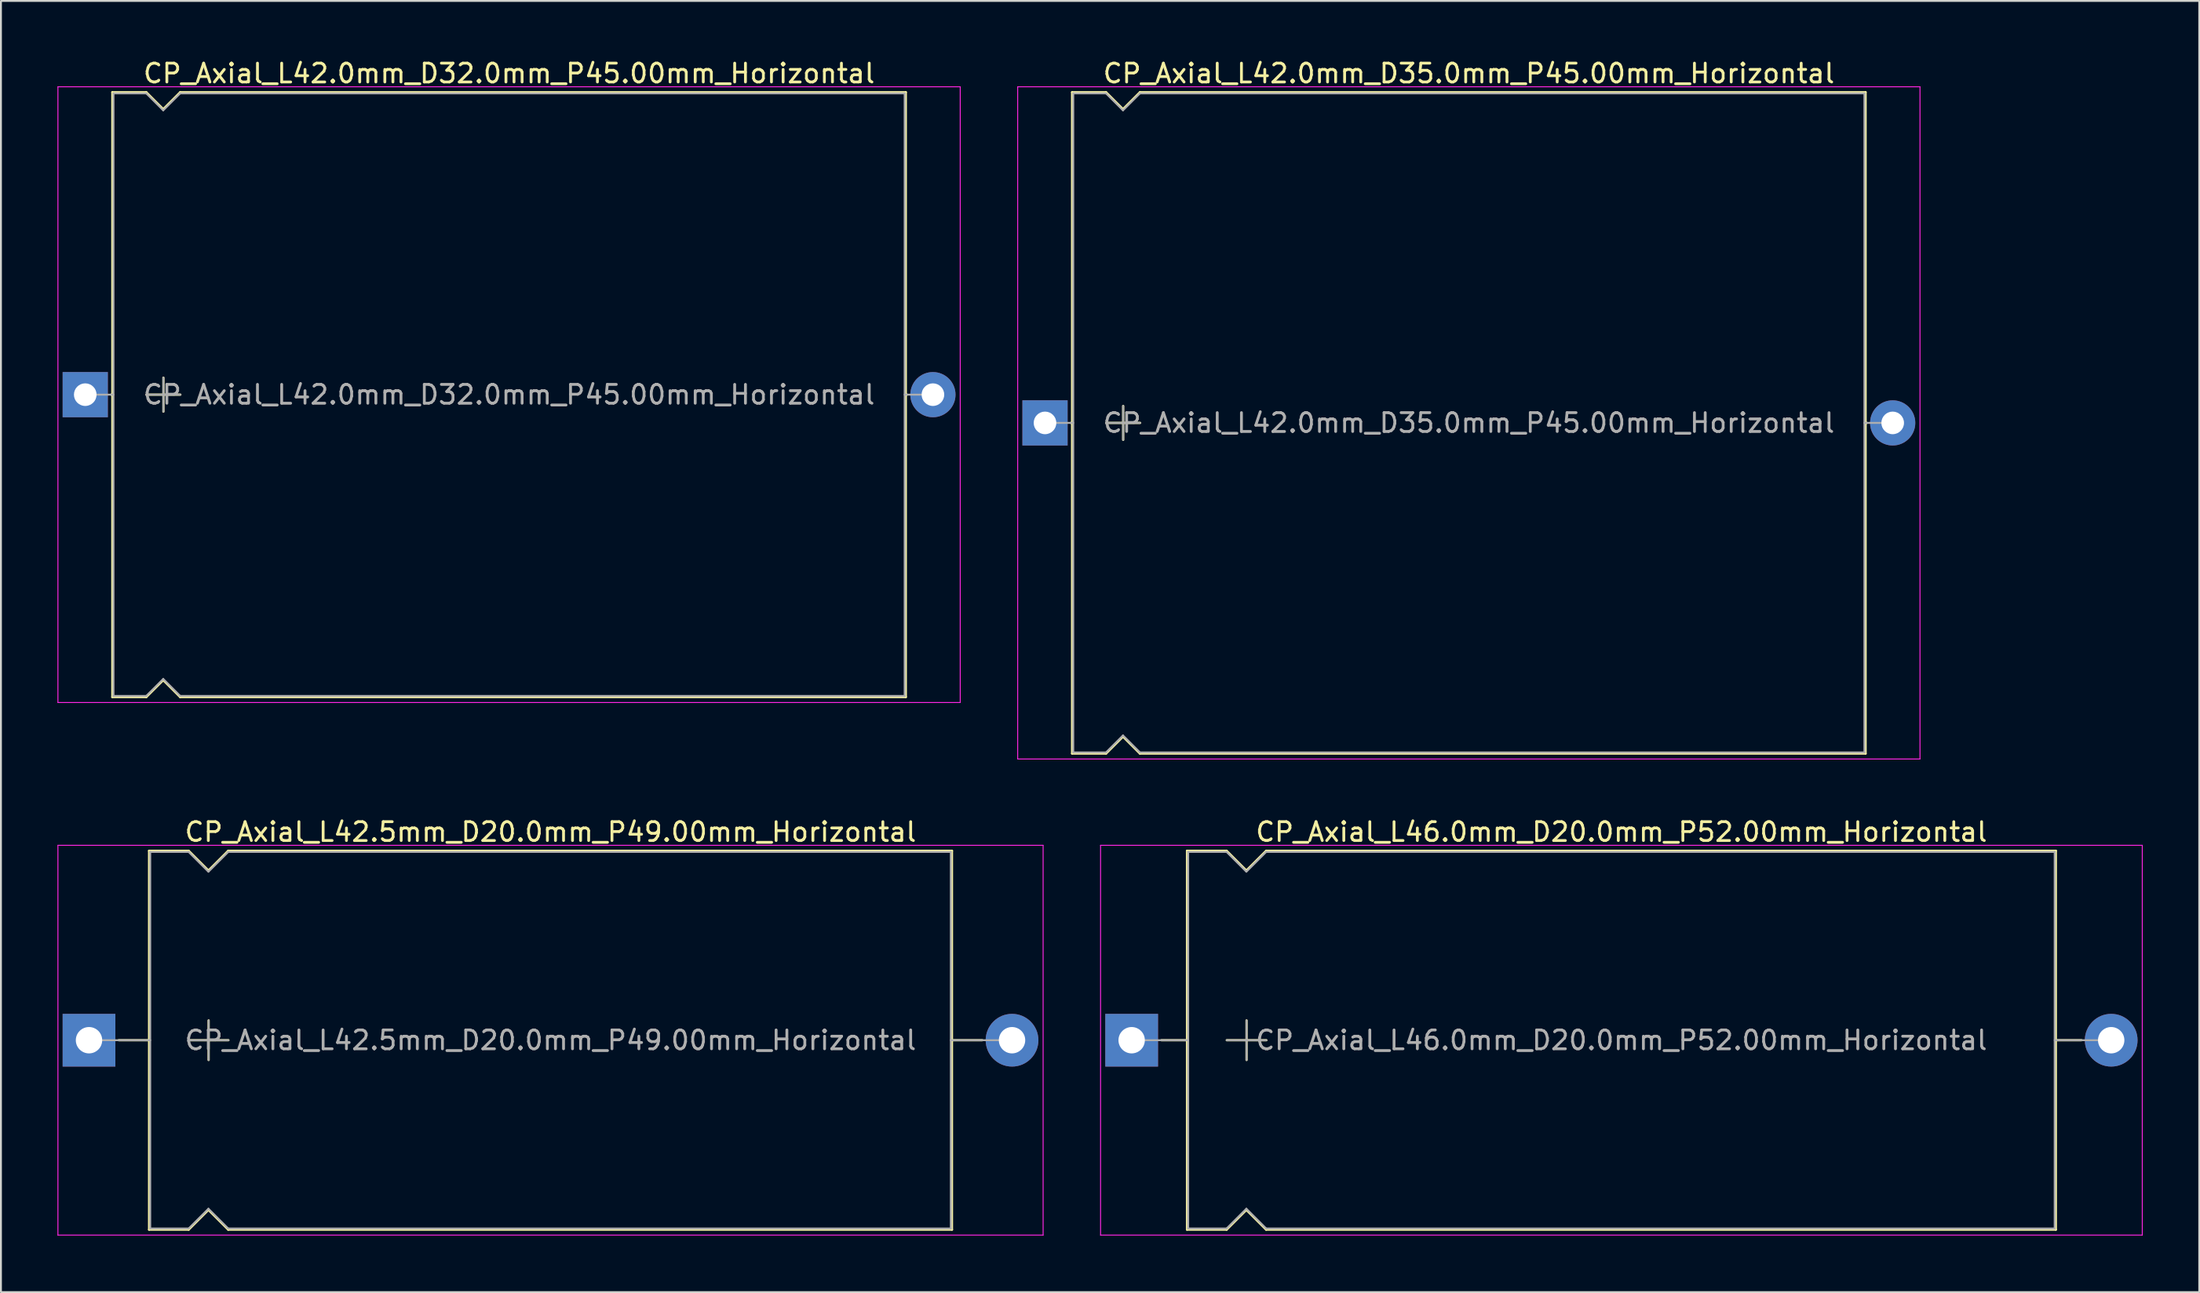
<source format=kicad_pcb>
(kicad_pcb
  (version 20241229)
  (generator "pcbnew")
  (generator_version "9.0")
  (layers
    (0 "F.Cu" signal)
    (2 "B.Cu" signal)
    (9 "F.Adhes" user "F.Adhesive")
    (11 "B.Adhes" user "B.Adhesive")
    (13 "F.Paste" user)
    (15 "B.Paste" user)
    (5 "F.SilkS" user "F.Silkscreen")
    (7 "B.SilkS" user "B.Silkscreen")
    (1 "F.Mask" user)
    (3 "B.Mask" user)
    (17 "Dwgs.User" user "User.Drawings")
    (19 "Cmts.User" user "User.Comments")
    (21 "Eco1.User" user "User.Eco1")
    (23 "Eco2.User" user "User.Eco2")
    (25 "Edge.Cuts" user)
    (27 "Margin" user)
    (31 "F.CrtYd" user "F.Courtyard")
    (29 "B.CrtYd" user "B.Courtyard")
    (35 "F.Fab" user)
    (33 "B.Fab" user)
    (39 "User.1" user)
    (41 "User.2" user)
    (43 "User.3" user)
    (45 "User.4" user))
  (footprint "CP_Axial_L42.5mm_D20.0mm_P49.00mm_Horizontal"
    (layer "F.Cu")
    (at 1.675 52.191)
    (property "Reference" "CP_Axial_L42.5mm_D20.0mm_P49.00mm_Horizontal" (at 24.5 -11.06 0) (layer "F.SilkS") (effects (font (size 1 1) (thickness 0.15))))
    (attr through_hole)
    (fp_line (start 1.58 0) (end 3.19 0) (stroke (width 0.12) (type solid)) (layer "F.SilkS"))
    (fp_line (start 3.19 -10.06) (end 3.19 10.06) (stroke (width 0.12) (type solid)) (layer "F.SilkS"))
    (fp_line (start 3.19 -10.06) (end 5.29 -10.06) (stroke (width 0.12) (type solid)) (layer "F.SilkS"))
    (fp_line (start 3.19 10.06) (end 5.29 10.06) (stroke (width 0.12) (type solid)) (layer "F.SilkS"))
    (fp_line (start 5.29 -10.06) (end 6.34 -9.01) (stroke (width 0.12) (type solid)) (layer "F.SilkS"))
    (fp_line (start 5.29 10.06) (end 6.34 9.01) (stroke (width 0.12) (type solid)) (layer "F.SilkS"))
    (fp_line (start 5.3 0) (end 7.4 0) (stroke (width 0.12) (type solid)) (layer "F.SilkS"))
    (fp_line (start 6.34 -9.01) (end 7.39 -10.06) (stroke (width 0.12) (type solid)) (layer "F.SilkS"))
    (fp_line (start 6.34 9.01) (end 7.39 10.06) (stroke (width 0.12) (type solid)) (layer "F.SilkS"))
    (fp_line (start 6.35 -1.05) (end 6.35 1.05) (stroke (width 0.12) (type solid)) (layer "F.SilkS"))
    (fp_line (start 7.39 -10.06) (end 45.81 -10.06) (stroke (width 0.12) (type solid)) (layer "F.SilkS"))
    (fp_line (start 7.39 10.06) (end 45.81 10.06) (stroke (width 0.12) (type solid)) (layer "F.SilkS"))
    (fp_line (start 45.81 -10.06) (end 45.81 10.06) (stroke (width 0.12) (type solid)) (layer "F.SilkS"))
    (fp_line (start 47.42 0) (end 45.81 0) (stroke (width 0.12) (type solid)) (layer "F.SilkS"))
    (fp_line (start -1.65 -10.35) (end -1.65 10.35) (stroke (width 0.05) (type solid)) (layer "F.CrtYd"))
    (fp_line (start -1.65 10.35) (end 50.65 10.35) (stroke (width 0.05) (type solid)) (layer "F.CrtYd"))
    (fp_line (start 50.65 -10.35) (end -1.65 -10.35) (stroke (width 0.05) (type solid)) (layer "F.CrtYd"))
    (fp_line (start 50.65 10.35) (end 50.65 -10.35) (stroke (width 0.05) (type solid)) (layer "F.CrtYd"))
    (fp_line (start 0 0) (end 3.25 0) (stroke (width 0.1) (type solid)) (layer "F.Fab"))
    (fp_line (start 3.25 -10) (end 3.25 10) (stroke (width 0.1) (type solid)) (layer "F.Fab"))
    (fp_line (start 3.25 -10) (end 5.29 -10) (stroke (width 0.1) (type solid)) (layer "F.Fab"))
    (fp_line (start 3.25 10) (end 5.29 10) (stroke (width 0.1) (type solid)) (layer "F.Fab"))
    (fp_line (start 5.29 -10) (end 6.34 -8.95) (stroke (width 0.1) (type solid)) (layer "F.Fab"))
    (fp_line (start 5.29 10) (end 6.34 8.95) (stroke (width 0.1) (type solid)) (layer "F.Fab"))
    (fp_line (start 5.3 0) (end 7.4 0) (stroke (width 0.1) (type solid)) (layer "F.Fab"))
    (fp_line (start 6.34 -8.95) (end 7.39 -10) (stroke (width 0.1) (type solid)) (layer "F.Fab"))
    (fp_line (start 6.34 8.95) (end 7.39 10) (stroke (width 0.1) (type solid)) (layer "F.Fab"))
    (fp_line (start 6.35 -1.05) (end 6.35 1.05) (stroke (width 0.1) (type solid)) (layer "F.Fab"))
    (fp_line (start 7.39 -10) (end 45.75 -10) (stroke (width 0.1) (type solid)) (layer "F.Fab"))
    (fp_line (start 7.39 10) (end 45.75 10) (stroke (width 0.1) (type solid)) (layer "F.Fab"))
    (fp_line (start 45.75 -10) (end 45.75 10) (stroke (width 0.1) (type solid)) (layer "F.Fab"))
    (fp_line (start 49 0) (end 45.75 0) (stroke (width 0.1) (type solid)) (layer "F.Fab"))
    (fp_text user "${REFERENCE}" (at 24.5 0 0) (layer "F.Fab") (effects (font (size 1 1) (thickness 0.15))))
    (pad "1" thru_hole rect (at 0 0) (size 2.8 2.8) (drill 1.4) (layers "*.Cu" "*.Mask"))
    (pad "2" thru_hole oval (at 49 0) (size 2.8 2.8) (drill 1.4) (layers "*.Cu" "*.Mask")))
  (footprint "CP_Axial_L42.0mm_D35.0mm_P45.00mm_Horizontal"
    (layer "F.Cu")
    (at 52.425 19.408)
    (property "Reference" "CP_Axial_L42.0mm_D35.0mm_P45.00mm_Horizontal" (at 22.5 -18.56 0) (layer "F.SilkS") (effects (font (size 1 1) (thickness 0.15))))
    (attr through_hole)
    (fp_line (start 1.38 0) (end 1.44 0) (stroke (width 0.12) (type solid)) (layer "F.SilkS"))
    (fp_line (start 1.44 -17.56) (end 1.44 17.56) (stroke (width 0.12) (type solid)) (layer "F.SilkS"))
    (fp_line (start 1.44 -17.56) (end 3.24 -17.56) (stroke (width 0.12) (type solid)) (layer "F.SilkS"))
    (fp_line (start 1.44 17.56) (end 3.24 17.56) (stroke (width 0.12) (type solid)) (layer "F.SilkS"))
    (fp_line (start 3.24 -17.56) (end 4.14 -16.66) (stroke (width 0.12) (type solid)) (layer "F.SilkS"))
    (fp_line (start 3.24 17.56) (end 4.14 16.66) (stroke (width 0.12) (type solid)) (layer "F.SilkS"))
    (fp_line (start 3.25 0) (end 5.05 0) (stroke (width 0.12) (type solid)) (layer "F.SilkS"))
    (fp_line (start 4.14 -16.66) (end 5.04 -17.56) (stroke (width 0.12) (type solid)) (layer "F.SilkS"))
    (fp_line (start 4.14 16.66) (end 5.04 17.56) (stroke (width 0.12) (type solid)) (layer "F.SilkS"))
    (fp_line (start 4.15 -0.9) (end 4.15 0.9) (stroke (width 0.12) (type solid)) (layer "F.SilkS"))
    (fp_line (start 5.04 -17.56) (end 43.56 -17.56) (stroke (width 0.12) (type solid)) (layer "F.SilkS"))
    (fp_line (start 5.04 17.56) (end 43.56 17.56) (stroke (width 0.12) (type solid)) (layer "F.SilkS"))
    (fp_line (start 43.56 -17.56) (end 43.56 17.56) (stroke (width 0.12) (type solid)) (layer "F.SilkS"))
    (fp_line (start 43.62 0) (end 43.56 0) (stroke (width 0.12) (type solid)) (layer "F.SilkS"))
    (fp_line (start -1.45 -17.85) (end -1.45 17.85) (stroke (width 0.05) (type solid)) (layer "F.CrtYd"))
    (fp_line (start -1.45 17.85) (end 46.45 17.85) (stroke (width 0.05) (type solid)) (layer "F.CrtYd"))
    (fp_line (start 46.45 -17.85) (end -1.45 -17.85) (stroke (width 0.05) (type solid)) (layer "F.CrtYd"))
    (fp_line (start 46.45 17.85) (end 46.45 -17.85) (stroke (width 0.05) (type solid)) (layer "F.CrtYd"))
    (fp_line (start 0 0) (end 1.5 0) (stroke (width 0.1) (type solid)) (layer "F.Fab"))
    (fp_line (start 1.5 -17.5) (end 1.5 17.5) (stroke (width 0.1) (type solid)) (layer "F.Fab"))
    (fp_line (start 1.5 -17.5) (end 3.24 -17.5) (stroke (width 0.1) (type solid)) (layer "F.Fab"))
    (fp_line (start 1.5 17.5) (end 3.24 17.5) (stroke (width 0.1) (type solid)) (layer "F.Fab"))
    (fp_line (start 3.24 -17.5) (end 4.14 -16.6) (stroke (width 0.1) (type solid)) (layer "F.Fab"))
    (fp_line (start 3.24 17.5) (end 4.14 16.6) (stroke (width 0.1) (type solid)) (layer "F.Fab"))
    (fp_line (start 3.25 0) (end 5.05 0) (stroke (width 0.1) (type solid)) (layer "F.Fab"))
    (fp_line (start 4.14 -16.6) (end 5.04 -17.5) (stroke (width 0.1) (type solid)) (layer "F.Fab"))
    (fp_line (start 4.14 16.6) (end 5.04 17.5) (stroke (width 0.1) (type solid)) (layer "F.Fab"))
    (fp_line (start 4.15 -0.9) (end 4.15 0.9) (stroke (width 0.1) (type solid)) (layer "F.Fab"))
    (fp_line (start 5.04 -17.5) (end 43.5 -17.5) (stroke (width 0.1) (type solid)) (layer "F.Fab"))
    (fp_line (start 5.04 17.5) (end 43.5 17.5) (stroke (width 0.1) (type solid)) (layer "F.Fab"))
    (fp_line (start 43.5 -17.5) (end 43.5 17.5) (stroke (width 0.1) (type solid)) (layer "F.Fab"))
    (fp_line (start 45 0) (end 43.5 0) (stroke (width 0.1) (type solid)) (layer "F.Fab"))
    (fp_text user "${REFERENCE}" (at 22.5 0 0) (layer "F.Fab") (effects (font (size 1 1) (thickness 0.15))))
    (pad "1" thru_hole rect (at 0 0) (size 2.4 2.4) (drill 1.2) (layers "*.Cu" "*.Mask"))
    (pad "2" thru_hole oval (at 45 0) (size 2.4 2.4) (drill 1.2) (layers "*.Cu" "*.Mask")))
  (footprint "CP_Axial_L42.0mm_D32.0mm_P45.00mm_Horizontal"
    (layer "F.Cu")
    (at 1.475 17.908)
    (property "Reference" "CP_Axial_L42.0mm_D32.0mm_P45.00mm_Horizontal" (at 22.5 -17.06 0) (layer "F.SilkS") (effects (font (size 1 1) (thickness 0.15))))
    (attr through_hole)
    (fp_line (start 1.38 0) (end 1.44 0) (stroke (width 0.12) (type solid)) (layer "F.SilkS"))
    (fp_line (start 1.44 -16.06) (end 1.44 16.06) (stroke (width 0.12) (type solid)) (layer "F.SilkS"))
    (fp_line (start 1.44 -16.06) (end 3.24 -16.06) (stroke (width 0.12) (type solid)) (layer "F.SilkS"))
    (fp_line (start 1.44 16.06) (end 3.24 16.06) (stroke (width 0.12) (type solid)) (layer "F.SilkS"))
    (fp_line (start 3.24 -16.06) (end 4.14 -15.16) (stroke (width 0.12) (type solid)) (layer "F.SilkS"))
    (fp_line (start 3.24 16.06) (end 4.14 15.16) (stroke (width 0.12) (type solid)) (layer "F.SilkS"))
    (fp_line (start 3.25 0) (end 5.05 0) (stroke (width 0.12) (type solid)) (layer "F.SilkS"))
    (fp_line (start 4.14 -15.16) (end 5.04 -16.06) (stroke (width 0.12) (type solid)) (layer "F.SilkS"))
    (fp_line (start 4.14 15.16) (end 5.04 16.06) (stroke (width 0.12) (type solid)) (layer "F.SilkS"))
    (fp_line (start 4.15 -0.9) (end 4.15 0.9) (stroke (width 0.12) (type solid)) (layer "F.SilkS"))
    (fp_line (start 5.04 -16.06) (end 43.56 -16.06) (stroke (width 0.12) (type solid)) (layer "F.SilkS"))
    (fp_line (start 5.04 16.06) (end 43.56 16.06) (stroke (width 0.12) (type solid)) (layer "F.SilkS"))
    (fp_line (start 43.56 -16.06) (end 43.56 16.06) (stroke (width 0.12) (type solid)) (layer "F.SilkS"))
    (fp_line (start 43.62 0) (end 43.56 0) (stroke (width 0.12) (type solid)) (layer "F.SilkS"))
    (fp_line (start -1.45 -16.35) (end -1.45 16.35) (stroke (width 0.05) (type solid)) (layer "F.CrtYd"))
    (fp_line (start -1.45 16.35) (end 46.45 16.35) (stroke (width 0.05) (type solid)) (layer "F.CrtYd"))
    (fp_line (start 46.45 -16.35) (end -1.45 -16.35) (stroke (width 0.05) (type solid)) (layer "F.CrtYd"))
    (fp_line (start 46.45 16.35) (end 46.45 -16.35) (stroke (width 0.05) (type solid)) (layer "F.CrtYd"))
    (fp_line (start 0 0) (end 1.5 0) (stroke (width 0.1) (type solid)) (layer "F.Fab"))
    (fp_line (start 1.5 -16) (end 1.5 16) (stroke (width 0.1) (type solid)) (layer "F.Fab"))
    (fp_line (start 1.5 -16) (end 3.24 -16) (stroke (width 0.1) (type solid)) (layer "F.Fab"))
    (fp_line (start 1.5 16) (end 3.24 16) (stroke (width 0.1) (type solid)) (layer "F.Fab"))
    (fp_line (start 3.24 -16) (end 4.14 -15.1) (stroke (width 0.1) (type solid)) (layer "F.Fab"))
    (fp_line (start 3.24 16) (end 4.14 15.1) (stroke (width 0.1) (type solid)) (layer "F.Fab"))
    (fp_line (start 3.25 0) (end 5.05 0) (stroke (width 0.1) (type solid)) (layer "F.Fab"))
    (fp_line (start 4.14 -15.1) (end 5.04 -16) (stroke (width 0.1) (type solid)) (layer "F.Fab"))
    (fp_line (start 4.14 15.1) (end 5.04 16) (stroke (width 0.1) (type solid)) (layer "F.Fab"))
    (fp_line (start 4.15 -0.9) (end 4.15 0.9) (stroke (width 0.1) (type solid)) (layer "F.Fab"))
    (fp_line (start 5.04 -16) (end 43.5 -16) (stroke (width 0.1) (type solid)) (layer "F.Fab"))
    (fp_line (start 5.04 16) (end 43.5 16) (stroke (width 0.1) (type solid)) (layer "F.Fab"))
    (fp_line (start 43.5 -16) (end 43.5 16) (stroke (width 0.1) (type solid)) (layer "F.Fab"))
    (fp_line (start 45 0) (end 43.5 0) (stroke (width 0.1) (type solid)) (layer "F.Fab"))
    (fp_text user "${REFERENCE}" (at 22.5 0 0) (layer "F.Fab") (effects (font (size 1 1) (thickness 0.15))))
    (pad "1" thru_hole rect (at 0 0) (size 2.4 2.4) (drill 1.2) (layers "*.Cu" "*.Mask"))
    (pad "2" thru_hole oval (at 45 0) (size 2.4 2.4) (drill 1.2) (layers "*.Cu" "*.Mask")))
  (footprint "CP_Axial_L46.0mm_D20.0mm_P52.00mm_Horizontal"
    (layer "F.Cu")
    (at 57.025 52.191)
    (property "Reference" "CP_Axial_L46.0mm_D20.0mm_P52.00mm_Horizontal" (at 26 -11.06 0) (layer "F.SilkS") (effects (font (size 1 1) (thickness 0.15))))
    (attr through_hole)
    (fp_line (start 1.58 0) (end 2.94 0) (stroke (width 0.12) (type solid)) (layer "F.SilkS"))
    (fp_line (start 2.94 -10.06) (end 2.94 10.06) (stroke (width 0.12) (type solid)) (layer "F.SilkS"))
    (fp_line (start 2.94 -10.06) (end 5.04 -10.06) (stroke (width 0.12) (type solid)) (layer "F.SilkS"))
    (fp_line (start 2.94 10.06) (end 5.04 10.06) (stroke (width 0.12) (type solid)) (layer "F.SilkS"))
    (fp_line (start 5.04 -10.06) (end 6.09 -9.01) (stroke (width 0.12) (type solid)) (layer "F.SilkS"))
    (fp_line (start 5.04 10.06) (end 6.09 9.01) (stroke (width 0.12) (type solid)) (layer "F.SilkS"))
    (fp_line (start 5.05 0) (end 7.15 0) (stroke (width 0.12) (type solid)) (layer "F.SilkS"))
    (fp_line (start 6.09 -9.01) (end 7.14 -10.06) (stroke (width 0.12) (type solid)) (layer "F.SilkS"))
    (fp_line (start 6.09 9.01) (end 7.14 10.06) (stroke (width 0.12) (type solid)) (layer "F.SilkS"))
    (fp_line (start 6.1 -1.05) (end 6.1 1.05) (stroke (width 0.12) (type solid)) (layer "F.SilkS"))
    (fp_line (start 7.14 -10.06) (end 49.06 -10.06) (stroke (width 0.12) (type solid)) (layer "F.SilkS"))
    (fp_line (start 7.14 10.06) (end 49.06 10.06) (stroke (width 0.12) (type solid)) (layer "F.SilkS"))
    (fp_line (start 49.06 -10.06) (end 49.06 10.06) (stroke (width 0.12) (type solid)) (layer "F.SilkS"))
    (fp_line (start 50.42 0) (end 49.06 0) (stroke (width 0.12) (type solid)) (layer "F.SilkS"))
    (fp_line (start -1.65 -10.35) (end -1.65 10.35) (stroke (width 0.05) (type solid)) (layer "F.CrtYd"))
    (fp_line (start -1.65 10.35) (end 53.65 10.35) (stroke (width 0.05) (type solid)) (layer "F.CrtYd"))
    (fp_line (start 53.65 -10.35) (end -1.65 -10.35) (stroke (width 0.05) (type solid)) (layer "F.CrtYd"))
    (fp_line (start 53.65 10.35) (end 53.65 -10.35) (stroke (width 0.05) (type solid)) (layer "F.CrtYd"))
    (fp_line (start 0 0) (end 3 0) (stroke (width 0.1) (type solid)) (layer "F.Fab"))
    (fp_line (start 3 -10) (end 3 10) (stroke (width 0.1) (type solid)) (layer "F.Fab"))
    (fp_line (start 3 -10) (end 5.04 -10) (stroke (width 0.1) (type solid)) (layer "F.Fab"))
    (fp_line (start 3 10) (end 5.04 10) (stroke (width 0.1) (type solid)) (layer "F.Fab"))
    (fp_line (start 5.04 -10) (end 6.09 -8.95) (stroke (width 0.1) (type solid)) (layer "F.Fab"))
    (fp_line (start 5.04 10) (end 6.09 8.95) (stroke (width 0.1) (type solid)) (layer "F.Fab"))
    (fp_line (start 5.05 0) (end 7.15 0) (stroke (width 0.1) (type solid)) (layer "F.Fab"))
    (fp_line (start 6.09 -8.95) (end 7.14 -10) (stroke (width 0.1) (type solid)) (layer "F.Fab"))
    (fp_line (start 6.09 8.95) (end 7.14 10) (stroke (width 0.1) (type solid)) (layer "F.Fab"))
    (fp_line (start 6.1 -1.05) (end 6.1 1.05) (stroke (width 0.1) (type solid)) (layer "F.Fab"))
    (fp_line (start 7.14 -10) (end 49 -10) (stroke (width 0.1) (type solid)) (layer "F.Fab"))
    (fp_line (start 7.14 10) (end 49 10) (stroke (width 0.1) (type solid)) (layer "F.Fab"))
    (fp_line (start 49 -10) (end 49 10) (stroke (width 0.1) (type solid)) (layer "F.Fab"))
    (fp_line (start 52 0) (end 49 0) (stroke (width 0.1) (type solid)) (layer "F.Fab"))
    (fp_text user "${REFERENCE}" (at 26 0 0) (layer "F.Fab") (effects (font (size 1 1) (thickness 0.15))))
    (pad "1" thru_hole rect (at 0 0) (size 2.8 2.8) (drill 1.4) (layers "*.Cu" "*.Mask"))
    (pad "2" thru_hole oval (at 52 0) (size 2.8 2.8) (drill 1.4) (layers "*.Cu" "*.Mask")))
  (gr_rect
    (start -3 -3)
    (end 113.7 65.567)
    (stroke (width 0.1) (type default))
    (fill no)
    (layer "Edge.Cuts")))
</source>
